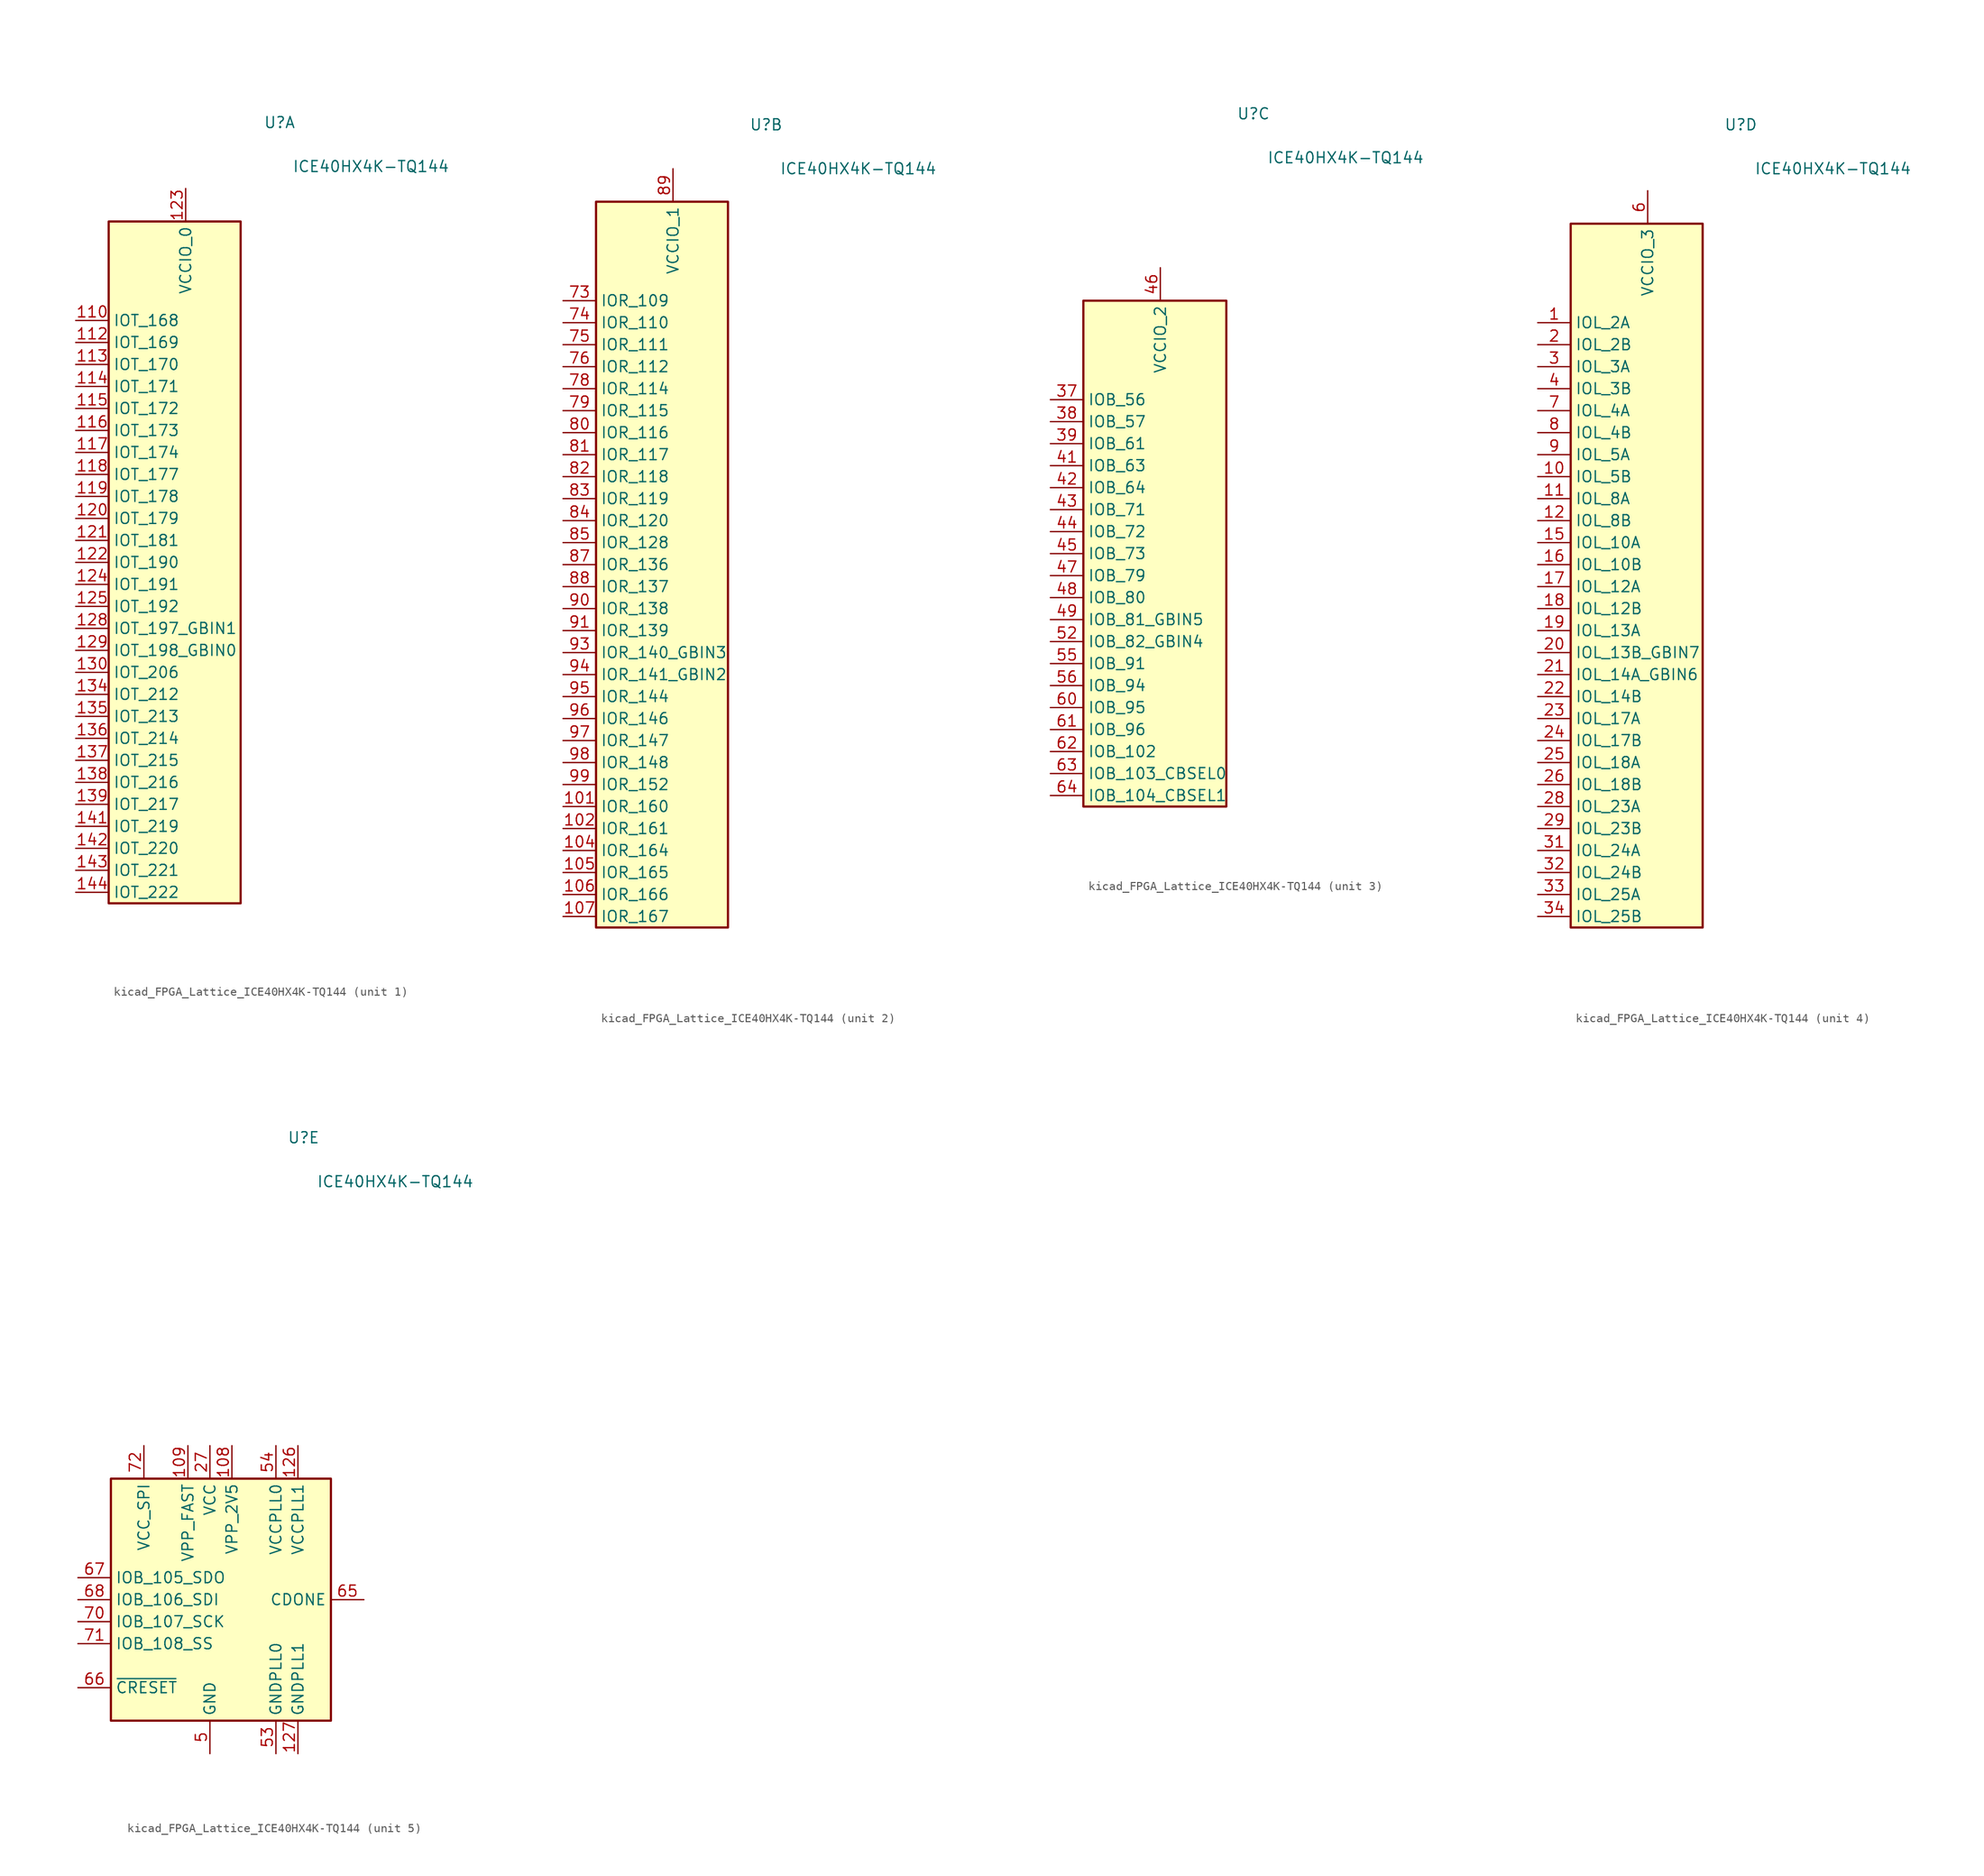
<source format=kicad_sym>
(kicad_symbol_lib
  (version 20220914)
  (generator kicad_symbol_editor)
  (symbol "kicad_FPGA_Lattice_ICE40HX4K-TQ144"
    (property "Reference" "U"
      (at 12.7 53.34 0)
      (effects (font (size 1.27 1.27)) (justify right)))
    (property "Value" "ICE40HX4K-TQ144"
      (at 30.48 48.26 0)
      (effects (font (size 1.27 1.27)) (justify right)))
    (property "ki_locked" ""
      (at 0 0 0)
      (effects (font (size 1.27 1.27))))
    (symbol "kicad_FPGA_Lattice_ICE40HX4K-TQ144_1_1"
      (rectangle (start -8.89 41.91) (end 6.35 -36.83) (stroke (width 0.254) (type default)) (fill (type background)))
      (pin bidirectional line (at -12.7 30.48 0) (length 3.81) (name "IOT_168" (effects (font (size 1.27 1.27)))) (number "110" (effects (font (size 1.27 1.27)))))
      (pin bidirectional line (at -12.7 27.94 0) (length 3.81) (name "IOT_169" (effects (font (size 1.27 1.27)))) (number "112" (effects (font (size 1.27 1.27)))))
      (pin bidirectional line (at -12.7 25.4 0) (length 3.81) (name "IOT_170" (effects (font (size 1.27 1.27)))) (number "113" (effects (font (size 1.27 1.27)))))
      (pin bidirectional line (at -12.7 22.86 0) (length 3.81) (name "IOT_171" (effects (font (size 1.27 1.27)))) (number "114" (effects (font (size 1.27 1.27)))))
      (pin bidirectional line (at -12.7 20.32 0) (length 3.81) (name "IOT_172" (effects (font (size 1.27 1.27)))) (number "115" (effects (font (size 1.27 1.27)))))
      (pin bidirectional line (at -12.7 17.78 0) (length 3.81) (name "IOT_173" (effects (font (size 1.27 1.27)))) (number "116" (effects (font (size 1.27 1.27)))))
      (pin bidirectional line (at -12.7 15.24 0) (length 3.81) (name "IOT_174" (effects (font (size 1.27 1.27)))) (number "117" (effects (font (size 1.27 1.27)))))
      (pin bidirectional line (at -12.7 12.7 0) (length 3.81) (name "IOT_177" (effects (font (size 1.27 1.27)))) (number "118" (effects (font (size 1.27 1.27)))))
      (pin bidirectional line (at -12.7 10.16 0) (length 3.81) (name "IOT_178" (effects (font (size 1.27 1.27)))) (number "119" (effects (font (size 1.27 1.27)))))
      (pin bidirectional line (at -12.7 7.62 0) (length 3.81) (name "IOT_179" (effects (font (size 1.27 1.27)))) (number "120" (effects (font (size 1.27 1.27)))))
      (pin bidirectional line (at -12.7 5.08 0) (length 3.81) (name "IOT_181" (effects (font (size 1.27 1.27)))) (number "121" (effects (font (size 1.27 1.27)))))
      (pin bidirectional line (at -12.7 2.54 0) (length 3.81) (name "IOT_190" (effects (font (size 1.27 1.27)))) (number "122" (effects (font (size 1.27 1.27)))))
      (pin power_in line (at 0 45.72 270) (length 3.81) (name "VCCIO_0" (effects (font (size 1.27 1.27)))) (number "123" (effects (font (size 1.27 1.27)))))
      (pin bidirectional line (at -12.7 0 0) (length 3.81) (name "IOT_191" (effects (font (size 1.27 1.27)))) (number "124" (effects (font (size 1.27 1.27)))))
      (pin bidirectional line (at -12.7 -2.54 0) (length 3.81) (name "IOT_192" (effects (font (size 1.27 1.27)))) (number "125" (effects (font (size 1.27 1.27)))))
      (pin bidirectional line (at -12.7 -5.08 0) (length 3.81) (name "IOT_197_GBIN1" (effects (font (size 1.27 1.27)))) (number "128" (effects (font (size 1.27 1.27)))))
      (pin bidirectional line (at -12.7 -7.62 0) (length 3.81) (name "IOT_198_GBIN0" (effects (font (size 1.27 1.27)))) (number "129" (effects (font (size 1.27 1.27)))))
      (pin bidirectional line (at -12.7 -10.16 0) (length 3.81) (name "IOT_206" (effects (font (size 1.27 1.27)))) (number "130" (effects (font (size 1.27 1.27)))))
      (pin passive line (at 0 45.72 270) (length 3.81) hide (name "VCCIO_0" (effects (font (size 1.27 1.27)))) (number "131" (effects (font (size 1.27 1.27)))))
      (pin bidirectional line (at -12.7 -12.7 0) (length 3.81) (name "IOT_212" (effects (font (size 1.27 1.27)))) (number "134" (effects (font (size 1.27 1.27)))))
      (pin bidirectional line (at -12.7 -15.24 0) (length 3.81) (name "IOT_213" (effects (font (size 1.27 1.27)))) (number "135" (effects (font (size 1.27 1.27)))))
      (pin bidirectional line (at -12.7 -17.78 0) (length 3.81) (name "IOT_214" (effects (font (size 1.27 1.27)))) (number "136" (effects (font (size 1.27 1.27)))))
      (pin bidirectional line (at -12.7 -20.32 0) (length 3.81) (name "IOT_215" (effects (font (size 1.27 1.27)))) (number "137" (effects (font (size 1.27 1.27)))))
      (pin bidirectional line (at -12.7 -22.86 0) (length 3.81) (name "IOT_216" (effects (font (size 1.27 1.27)))) (number "138" (effects (font (size 1.27 1.27)))))
      (pin bidirectional line (at -12.7 -25.4 0) (length 3.81) (name "IOT_217" (effects (font (size 1.27 1.27)))) (number "139" (effects (font (size 1.27 1.27)))))
      (pin bidirectional line (at -12.7 -27.94 0) (length 3.81) (name "IOT_219" (effects (font (size 1.27 1.27)))) (number "141" (effects (font (size 1.27 1.27)))))
      (pin bidirectional line (at -12.7 -30.48 0) (length 3.81) (name "IOT_220" (effects (font (size 1.27 1.27)))) (number "142" (effects (font (size 1.27 1.27)))))
      (pin bidirectional line (at -12.7 -33.02 0) (length 3.81) (name "IOT_221" (effects (font (size 1.27 1.27)))) (number "143" (effects (font (size 1.27 1.27)))))
      (pin bidirectional line (at -12.7 -35.56 0) (length 3.81) (name "IOT_222" (effects (font (size 1.27 1.27)))) (number "144" (effects (font (size 1.27 1.27))))))
    (symbol "kicad_FPGA_Lattice_ICE40HX4K-TQ144_2_1"
      (rectangle (start -8.89 44.45) (end 6.35 -39.37) (stroke (width 0.254) (type default)) (fill (type background)))
      (pin passive line (at 0 48.26 270) (length 3.81) hide (name "VCCIO_1" (effects (font (size 1.27 1.27)))) (number "100" (effects (font (size 1.27 1.27)))))
      (pin bidirectional line (at -12.7 -25.4 0) (length 3.81) (name "IOR_160" (effects (font (size 1.27 1.27)))) (number "101" (effects (font (size 1.27 1.27)))))
      (pin bidirectional line (at -12.7 -27.94 0) (length 3.81) (name "IOR_161" (effects (font (size 1.27 1.27)))) (number "102" (effects (font (size 1.27 1.27)))))
      (pin bidirectional line (at -12.7 -30.48 0) (length 3.81) (name "IOR_164" (effects (font (size 1.27 1.27)))) (number "104" (effects (font (size 1.27 1.27)))))
      (pin bidirectional line (at -12.7 -33.02 0) (length 3.81) (name "IOR_165" (effects (font (size 1.27 1.27)))) (number "105" (effects (font (size 1.27 1.27)))))
      (pin bidirectional line (at -12.7 -35.56 0) (length 3.81) (name "IOR_166" (effects (font (size 1.27 1.27)))) (number "106" (effects (font (size 1.27 1.27)))))
      (pin bidirectional line (at -12.7 -38.1 0) (length 3.81) (name "IOR_167" (effects (font (size 1.27 1.27)))) (number "107" (effects (font (size 1.27 1.27)))))
      (pin bidirectional line (at -12.7 33.02 0) (length 3.81) (name "IOR_109" (effects (font (size 1.27 1.27)))) (number "73" (effects (font (size 1.27 1.27)))))
      (pin bidirectional line (at -12.7 30.48 0) (length 3.81) (name "IOR_110" (effects (font (size 1.27 1.27)))) (number "74" (effects (font (size 1.27 1.27)))))
      (pin bidirectional line (at -12.7 27.94 0) (length 3.81) (name "IOR_111" (effects (font (size 1.27 1.27)))) (number "75" (effects (font (size 1.27 1.27)))))
      (pin bidirectional line (at -12.7 25.4 0) (length 3.81) (name "IOR_112" (effects (font (size 1.27 1.27)))) (number "76" (effects (font (size 1.27 1.27)))))
      (pin bidirectional line (at -12.7 22.86 0) (length 3.81) (name "IOR_114" (effects (font (size 1.27 1.27)))) (number "78" (effects (font (size 1.27 1.27)))))
      (pin bidirectional line (at -12.7 20.32 0) (length 3.81) (name "IOR_115" (effects (font (size 1.27 1.27)))) (number "79" (effects (font (size 1.27 1.27)))))
      (pin bidirectional line (at -12.7 17.78 0) (length 3.81) (name "IOR_116" (effects (font (size 1.27 1.27)))) (number "80" (effects (font (size 1.27 1.27)))))
      (pin bidirectional line (at -12.7 15.24 0) (length 3.81) (name "IOR_117" (effects (font (size 1.27 1.27)))) (number "81" (effects (font (size 1.27 1.27)))))
      (pin bidirectional line (at -12.7 12.7 0) (length 3.81) (name "IOR_118" (effects (font (size 1.27 1.27)))) (number "82" (effects (font (size 1.27 1.27)))))
      (pin bidirectional line (at -12.7 10.16 0) (length 3.81) (name "IOR_119" (effects (font (size 1.27 1.27)))) (number "83" (effects (font (size 1.27 1.27)))))
      (pin bidirectional line (at -12.7 7.62 0) (length 3.81) (name "IOR_120" (effects (font (size 1.27 1.27)))) (number "84" (effects (font (size 1.27 1.27)))))
      (pin bidirectional line (at -12.7 5.08 0) (length 3.81) (name "IOR_128" (effects (font (size 1.27 1.27)))) (number "85" (effects (font (size 1.27 1.27)))))
      (pin bidirectional line (at -12.7 2.54 0) (length 3.81) (name "IOR_136" (effects (font (size 1.27 1.27)))) (number "87" (effects (font (size 1.27 1.27)))))
      (pin bidirectional line (at -12.7 0 0) (length 3.81) (name "IOR_137" (effects (font (size 1.27 1.27)))) (number "88" (effects (font (size 1.27 1.27)))))
      (pin power_in line (at 0 48.26 270) (length 3.81) (name "VCCIO_1" (effects (font (size 1.27 1.27)))) (number "89" (effects (font (size 1.27 1.27)))))
      (pin bidirectional line (at -12.7 -2.54 0) (length 3.81) (name "IOR_138" (effects (font (size 1.27 1.27)))) (number "90" (effects (font (size 1.27 1.27)))))
      (pin bidirectional line (at -12.7 -5.08 0) (length 3.81) (name "IOR_139" (effects (font (size 1.27 1.27)))) (number "91" (effects (font (size 1.27 1.27)))))
      (pin bidirectional line (at -12.7 -7.62 0) (length 3.81) (name "IOR_140_GBIN3" (effects (font (size 1.27 1.27)))) (number "93" (effects (font (size 1.27 1.27)))))
      (pin bidirectional line (at -12.7 -10.16 0) (length 3.81) (name "IOR_141_GBIN2" (effects (font (size 1.27 1.27)))) (number "94" (effects (font (size 1.27 1.27)))))
      (pin bidirectional line (at -12.7 -12.7 0) (length 3.81) (name "IOR_144" (effects (font (size 1.27 1.27)))) (number "95" (effects (font (size 1.27 1.27)))))
      (pin bidirectional line (at -12.7 -15.24 0) (length 3.81) (name "IOR_146" (effects (font (size 1.27 1.27)))) (number "96" (effects (font (size 1.27 1.27)))))
      (pin bidirectional line (at -12.7 -17.78 0) (length 3.81) (name "IOR_147" (effects (font (size 1.27 1.27)))) (number "97" (effects (font (size 1.27 1.27)))))
      (pin bidirectional line (at -12.7 -20.32 0) (length 3.81) (name "IOR_148" (effects (font (size 1.27 1.27)))) (number "98" (effects (font (size 1.27 1.27)))))
      (pin bidirectional line (at -12.7 -22.86 0) (length 3.81) (name "IOR_152" (effects (font (size 1.27 1.27)))) (number "99" (effects (font (size 1.27 1.27))))))
    (symbol "kicad_FPGA_Lattice_ICE40HX4K-TQ144_3_1"
      (rectangle (start -8.89 31.75) (end 7.62 -26.67) (stroke (width 0.254) (type default)) (fill (type background)))
      (pin bidirectional line (at -12.7 20.32 0) (length 3.81) (name "IOB_56" (effects (font (size 1.27 1.27)))) (number "37" (effects (font (size 1.27 1.27)))))
      (pin bidirectional line (at -12.7 17.78 0) (length 3.81) (name "IOB_57" (effects (font (size 1.27 1.27)))) (number "38" (effects (font (size 1.27 1.27)))))
      (pin bidirectional line (at -12.7 15.24 0) (length 3.81) (name "IOB_61" (effects (font (size 1.27 1.27)))) (number "39" (effects (font (size 1.27 1.27)))))
      (pin bidirectional line (at -12.7 12.7 0) (length 3.81) (name "IOB_63" (effects (font (size 1.27 1.27)))) (number "41" (effects (font (size 1.27 1.27)))))
      (pin bidirectional line (at -12.7 10.16 0) (length 3.81) (name "IOB_64" (effects (font (size 1.27 1.27)))) (number "42" (effects (font (size 1.27 1.27)))))
      (pin bidirectional line (at -12.7 7.62 0) (length 3.81) (name "IOB_71" (effects (font (size 1.27 1.27)))) (number "43" (effects (font (size 1.27 1.27)))))
      (pin bidirectional line (at -12.7 5.08 0) (length 3.81) (name "IOB_72" (effects (font (size 1.27 1.27)))) (number "44" (effects (font (size 1.27 1.27)))))
      (pin bidirectional line (at -12.7 2.54 0) (length 3.81) (name "IOB_73" (effects (font (size 1.27 1.27)))) (number "45" (effects (font (size 1.27 1.27)))))
      (pin power_in line (at 0 35.56 270) (length 3.81) (name "VCCIO_2" (effects (font (size 1.27 1.27)))) (number "46" (effects (font (size 1.27 1.27)))))
      (pin bidirectional line (at -12.7 0 0) (length 3.81) (name "IOB_79" (effects (font (size 1.27 1.27)))) (number "47" (effects (font (size 1.27 1.27)))))
      (pin bidirectional line (at -12.7 -2.54 0) (length 3.81) (name "IOB_80" (effects (font (size 1.27 1.27)))) (number "48" (effects (font (size 1.27 1.27)))))
      (pin bidirectional line (at -12.7 -5.08 0) (length 3.81) (name "IOB_81_GBIN5" (effects (font (size 1.27 1.27)))) (number "49" (effects (font (size 1.27 1.27)))))
      (pin bidirectional line (at -12.7 -7.62 0) (length 3.81) (name "IOB_82_GBIN4" (effects (font (size 1.27 1.27)))) (number "52" (effects (font (size 1.27 1.27)))))
      (pin bidirectional line (at -12.7 -10.16 0) (length 3.81) (name "IOB_91" (effects (font (size 1.27 1.27)))) (number "55" (effects (font (size 1.27 1.27)))))
      (pin bidirectional line (at -12.7 -12.7 0) (length 3.81) (name "IOB_94" (effects (font (size 1.27 1.27)))) (number "56" (effects (font (size 1.27 1.27)))))
      (pin passive line (at 0 35.56 270) (length 3.81) hide (name "VCCIO_2" (effects (font (size 1.27 1.27)))) (number "57" (effects (font (size 1.27 1.27)))))
      (pin bidirectional line (at -12.7 -15.24 0) (length 3.81) (name "IOB_95" (effects (font (size 1.27 1.27)))) (number "60" (effects (font (size 1.27 1.27)))))
      (pin bidirectional line (at -12.7 -17.78 0) (length 3.81) (name "IOB_96" (effects (font (size 1.27 1.27)))) (number "61" (effects (font (size 1.27 1.27)))))
      (pin bidirectional line (at -12.7 -20.32 0) (length 3.81) (name "IOB_102" (effects (font (size 1.27 1.27)))) (number "62" (effects (font (size 1.27 1.27)))))
      (pin bidirectional line (at -12.7 -22.86 0) (length 3.81) (name "IOB_103_CBSEL0" (effects (font (size 1.27 1.27)))) (number "63" (effects (font (size 1.27 1.27)))))
      (pin bidirectional line (at -12.7 -25.4 0) (length 3.81) (name "IOB_104_CBSEL1" (effects (font (size 1.27 1.27)))) (number "64" (effects (font (size 1.27 1.27))))))
    (symbol "kicad_FPGA_Lattice_ICE40HX4K-TQ144_4_1"
      (rectangle (start -8.89 41.91) (end 6.35 -39.37) (stroke (width 0.254) (type default)) (fill (type background)))
      (pin bidirectional line (at -12.7 30.48 0) (length 3.81) (name "IOL_2A" (effects (font (size 1.27 1.27)))) (number "1" (effects (font (size 1.27 1.27)))))
      (pin bidirectional line (at -12.7 12.7 0) (length 3.81) (name "IOL_5B" (effects (font (size 1.27 1.27)))) (number "10" (effects (font (size 1.27 1.27)))))
      (pin bidirectional line (at -12.7 10.16 0) (length 3.81) (name "IOL_8A" (effects (font (size 1.27 1.27)))) (number "11" (effects (font (size 1.27 1.27)))))
      (pin bidirectional line (at -12.7 7.62 0) (length 3.81) (name "IOL_8B" (effects (font (size 1.27 1.27)))) (number "12" (effects (font (size 1.27 1.27)))))
      (pin bidirectional line (at -12.7 5.08 0) (length 3.81) (name "IOL_10A" (effects (font (size 1.27 1.27)))) (number "15" (effects (font (size 1.27 1.27)))))
      (pin bidirectional line (at -12.7 2.54 0) (length 3.81) (name "IOL_10B" (effects (font (size 1.27 1.27)))) (number "16" (effects (font (size 1.27 1.27)))))
      (pin bidirectional line (at -12.7 0 0) (length 3.81) (name "IOL_12A" (effects (font (size 1.27 1.27)))) (number "17" (effects (font (size 1.27 1.27)))))
      (pin bidirectional line (at -12.7 -2.54 0) (length 3.81) (name "IOL_12B" (effects (font (size 1.27 1.27)))) (number "18" (effects (font (size 1.27 1.27)))))
      (pin bidirectional line (at -12.7 -5.08 0) (length 3.81) (name "IOL_13A" (effects (font (size 1.27 1.27)))) (number "19" (effects (font (size 1.27 1.27)))))
      (pin bidirectional line (at -12.7 27.94 0) (length 3.81) (name "IOL_2B" (effects (font (size 1.27 1.27)))) (number "2" (effects (font (size 1.27 1.27)))))
      (pin bidirectional line (at -12.7 -7.62 0) (length 3.81) (name "IOL_13B_GBIN7" (effects (font (size 1.27 1.27)))) (number "20" (effects (font (size 1.27 1.27)))))
      (pin bidirectional line (at -12.7 -10.16 0) (length 3.81) (name "IOL_14A_GBIN6" (effects (font (size 1.27 1.27)))) (number "21" (effects (font (size 1.27 1.27)))))
      (pin bidirectional line (at -12.7 -12.7 0) (length 3.81) (name "IOL_14B" (effects (font (size 1.27 1.27)))) (number "22" (effects (font (size 1.27 1.27)))))
      (pin bidirectional line (at -12.7 -15.24 0) (length 3.81) (name "IOL_17A" (effects (font (size 1.27 1.27)))) (number "23" (effects (font (size 1.27 1.27)))))
      (pin bidirectional line (at -12.7 -17.78 0) (length 3.81) (name "IOL_17B" (effects (font (size 1.27 1.27)))) (number "24" (effects (font (size 1.27 1.27)))))
      (pin bidirectional line (at -12.7 -20.32 0) (length 3.81) (name "IOL_18A" (effects (font (size 1.27 1.27)))) (number "25" (effects (font (size 1.27 1.27)))))
      (pin bidirectional line (at -12.7 -22.86 0) (length 3.81) (name "IOL_18B" (effects (font (size 1.27 1.27)))) (number "26" (effects (font (size 1.27 1.27)))))
      (pin bidirectional line (at -12.7 -25.4 0) (length 3.81) (name "IOL_23A" (effects (font (size 1.27 1.27)))) (number "28" (effects (font (size 1.27 1.27)))))
      (pin bidirectional line (at -12.7 -27.94 0) (length 3.81) (name "IOL_23B" (effects (font (size 1.27 1.27)))) (number "29" (effects (font (size 1.27 1.27)))))
      (pin bidirectional line (at -12.7 25.4 0) (length 3.81) (name "IOL_3A" (effects (font (size 1.27 1.27)))) (number "3" (effects (font (size 1.27 1.27)))))
      (pin passive line (at 0 45.72 270) (length 3.81) hide (name "VCCIO_3" (effects (font (size 1.27 1.27)))) (number "30" (effects (font (size 1.27 1.27)))))
      (pin bidirectional line (at -12.7 -30.48 0) (length 3.81) (name "IOL_24A" (effects (font (size 1.27 1.27)))) (number "31" (effects (font (size 1.27 1.27)))))
      (pin bidirectional line (at -12.7 -33.02 0) (length 3.81) (name "IOL_24B" (effects (font (size 1.27 1.27)))) (number "32" (effects (font (size 1.27 1.27)))))
      (pin bidirectional line (at -12.7 -35.56 0) (length 3.81) (name "IOL_25A" (effects (font (size 1.27 1.27)))) (number "33" (effects (font (size 1.27 1.27)))))
      (pin bidirectional line (at -12.7 -38.1 0) (length 3.81) (name "IOL_25B" (effects (font (size 1.27 1.27)))) (number "34" (effects (font (size 1.27 1.27)))))
      (pin bidirectional line (at -12.7 22.86 0) (length 3.81) (name "IOL_3B" (effects (font (size 1.27 1.27)))) (number "4" (effects (font (size 1.27 1.27)))))
      (pin power_in line (at 0 45.72 270) (length 3.81) (name "VCCIO_3" (effects (font (size 1.27 1.27)))) (number "6" (effects (font (size 1.27 1.27)))))
      (pin bidirectional line (at -12.7 20.32 0) (length 3.81) (name "IOL_4A" (effects (font (size 1.27 1.27)))) (number "7" (effects (font (size 1.27 1.27)))))
      (pin bidirectional line (at -12.7 17.78 0) (length 3.81) (name "IOL_4B" (effects (font (size 1.27 1.27)))) (number "8" (effects (font (size 1.27 1.27)))))
      (pin bidirectional line (at -12.7 15.24 0) (length 3.81) (name "IOL_5A" (effects (font (size 1.27 1.27)))) (number "9" (effects (font (size 1.27 1.27))))))
    (symbol "kicad_FPGA_Lattice_ICE40HX4K-TQ144_5_1"
      (rectangle (start -11.43 13.97) (end 13.97 -13.97) (stroke (width 0.254) (type default)) (fill (type background)))
      (pin passive line (at 0 -17.78 90) (length 3.81) hide (name "GND" (effects (font (size 1.27 1.27)))) (number "103" (effects (font (size 1.27 1.27)))))
      (pin power_in line (at 2.54 17.78 270) (length 3.81) (name "VPP_2V5" (effects (font (size 1.27 1.27)))) (number "108" (effects (font (size 1.27 1.27)))))
      (pin power_in line (at -2.54 17.78 270) (length 3.81) (name "VPP_FAST" (effects (font (size 1.27 1.27)))) (number "109" (effects (font (size 1.27 1.27)))))
      (pin passive line (at 0 17.78 270) (length 3.81) hide (name "VCC" (effects (font (size 1.27 1.27)))) (number "111" (effects (font (size 1.27 1.27)))))
      (pin power_in line (at 10.16 17.78 270) (length 3.81) (name "VCCPLL1" (effects (font (size 1.27 1.27)))) (number "126" (effects (font (size 1.27 1.27)))))
      (pin power_in line (at 10.16 -17.78 90) (length 3.81) (name "GNDPLL1" (effects (font (size 1.27 1.27)))) (number "127" (effects (font (size 1.27 1.27)))))
      (pin passive line (at 0 -17.78 90) (length 3.81) hide (name "GND" (effects (font (size 1.27 1.27)))) (number "13" (effects (font (size 1.27 1.27)))))
      (pin passive line (at 0 -17.78 90) (length 3.81) hide (name "GND" (effects (font (size 1.27 1.27)))) (number "132" (effects (font (size 1.27 1.27)))))
      (pin no_connect line (at 12.7 -10.16 180) (length 3.81) hide (name "NC" (effects (font (size 1.27 1.27)))) (number "133" (effects (font (size 1.27 1.27)))))
      (pin passive line (at 0 -17.78 90) (length 3.81) hide (name "GND" (effects (font (size 1.27 1.27)))) (number "14" (effects (font (size 1.27 1.27)))))
      (pin passive line (at 0 -17.78 90) (length 3.81) hide (name "GND" (effects (font (size 1.27 1.27)))) (number "140" (effects (font (size 1.27 1.27)))))
      (pin power_in line (at 0 17.78 270) (length 3.81) (name "VCC" (effects (font (size 1.27 1.27)))) (number "27" (effects (font (size 1.27 1.27)))))
      (pin no_connect line (at 12.7 5.08 180) (length 3.81) hide (name "NC" (effects (font (size 1.27 1.27)))) (number "35" (effects (font (size 1.27 1.27)))))
      (pin no_connect line (at 12.7 2.54 180) (length 3.81) hide (name "NC" (effects (font (size 1.27 1.27)))) (number "36" (effects (font (size 1.27 1.27)))))
      (pin passive line (at 0 17.78 270) (length 3.81) hide (name "VCC" (effects (font (size 1.27 1.27)))) (number "40" (effects (font (size 1.27 1.27)))))
      (pin power_in line (at 0 -17.78 90) (length 3.81) (name "GND" (effects (font (size 1.27 1.27)))) (number "5" (effects (font (size 1.27 1.27)))))
      (pin no_connect line (at 12.7 -2.54 180) (length 3.81) hide (name "NC" (effects (font (size 1.27 1.27)))) (number "50" (effects (font (size 1.27 1.27)))))
      (pin no_connect line (at 12.7 -5.08 180) (length 3.81) hide (name "NC" (effects (font (size 1.27 1.27)))) (number "51" (effects (font (size 1.27 1.27)))))
      (pin power_in line (at 7.62 -17.78 90) (length 3.81) (name "GNDPLL0" (effects (font (size 1.27 1.27)))) (number "53" (effects (font (size 1.27 1.27)))))
      (pin power_in line (at 7.62 17.78 270) (length 3.81) (name "VCCPLL0" (effects (font (size 1.27 1.27)))) (number "54" (effects (font (size 1.27 1.27)))))
      (pin no_connect line (at 12.7 -7.62 180) (length 3.81) hide (name "NC" (effects (font (size 1.27 1.27)))) (number "58" (effects (font (size 1.27 1.27)))))
      (pin passive line (at 0 -17.78 90) (length 3.81) hide (name "GND" (effects (font (size 1.27 1.27)))) (number "59" (effects (font (size 1.27 1.27)))))
      (pin open_collector line (at 17.78 0 180) (length 3.81) (name "CDONE" (effects (font (size 1.27 1.27)))) (number "65" (effects (font (size 1.27 1.27)))))
      (pin input line (at -15.24 -10.16 0) (length 3.81) (name "~{CRESET}" (effects (font (size 1.27 1.27)))) (number "66" (effects (font (size 1.27 1.27)))))
      (pin bidirectional line (at -15.24 2.54 0) (length 3.81) (name "IOB_105_SDO" (effects (font (size 1.27 1.27)))) (number "67" (effects (font (size 1.27 1.27)))))
      (pin bidirectional line (at -15.24 0 0) (length 3.81) (name "IOB_106_SDI" (effects (font (size 1.27 1.27)))) (number "68" (effects (font (size 1.27 1.27)))))
      (pin passive line (at 0 -17.78 90) (length 3.81) hide (name "GND" (effects (font (size 1.27 1.27)))) (number "69" (effects (font (size 1.27 1.27)))))
      (pin bidirectional line (at -15.24 -2.54 0) (length 3.81) (name "IOB_107_SCK" (effects (font (size 1.27 1.27)))) (number "70" (effects (font (size 1.27 1.27)))))
      (pin bidirectional line (at -15.24 -5.08 0) (length 3.81) (name "IOB_108_SS" (effects (font (size 1.27 1.27)))) (number "71" (effects (font (size 1.27 1.27)))))
      (pin power_in line (at -7.62 17.78 270) (length 3.81) (name "VCC_SPI" (effects (font (size 1.27 1.27)))) (number "72" (effects (font (size 1.27 1.27)))))
      (pin no_connect line (at 12.7 7.62 180) (length 3.81) hide (name "NC" (effects (font (size 1.27 1.27)))) (number "77" (effects (font (size 1.27 1.27)))))
      (pin passive line (at 0 -17.78 90) (length 3.81) hide (name "GND" (effects (font (size 1.27 1.27)))) (number "86" (effects (font (size 1.27 1.27)))))
      (pin passive line (at 0 17.78 270) (length 3.81) hide (name "VCC" (effects (font (size 1.27 1.27)))) (number "92" (effects (font (size 1.27 1.27))))))))
</source>
